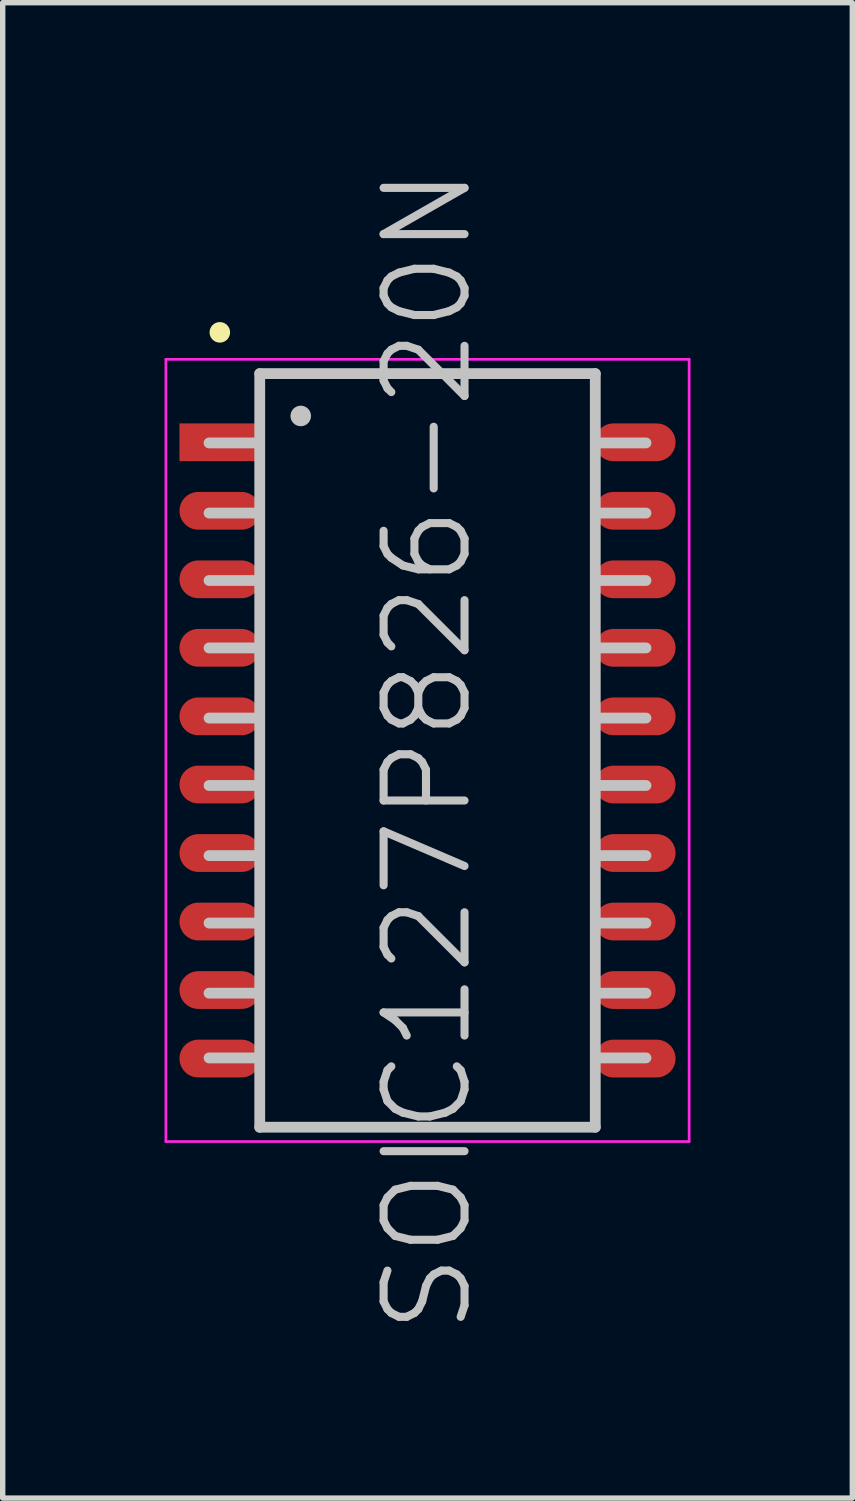
<source format=kicad_pcb>
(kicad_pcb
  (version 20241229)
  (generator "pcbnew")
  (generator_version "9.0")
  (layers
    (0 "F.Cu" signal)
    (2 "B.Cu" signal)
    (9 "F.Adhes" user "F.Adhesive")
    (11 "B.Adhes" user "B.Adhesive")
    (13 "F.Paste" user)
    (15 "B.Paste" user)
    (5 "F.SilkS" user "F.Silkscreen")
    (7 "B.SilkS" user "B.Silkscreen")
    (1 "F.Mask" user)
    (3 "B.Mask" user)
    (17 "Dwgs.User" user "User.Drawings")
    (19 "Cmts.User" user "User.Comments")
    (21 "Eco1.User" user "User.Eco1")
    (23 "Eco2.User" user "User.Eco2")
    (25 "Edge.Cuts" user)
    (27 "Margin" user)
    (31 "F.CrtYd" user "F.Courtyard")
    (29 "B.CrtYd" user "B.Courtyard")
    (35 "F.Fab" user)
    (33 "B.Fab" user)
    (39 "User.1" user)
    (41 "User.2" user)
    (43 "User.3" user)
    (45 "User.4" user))
  (footprint "SOIC127P826-20N"
    (layer "F.Cu")
    (at 4.875 10.861)
    (property "Reference" "SOIC127P826-20N" (at 0 0 90) (layer "Dwgs.User") (effects (font (size 1.5 1.5) (thickness 0.15))))
    (attr smd)
    (fp_line (start -3.85 -7.75) (end -3.85 -7.75) (stroke (width 0.381) (type solid)) (layer "F.SilkS"))
    (fp_line (start -3.15 -5.7) (end -4.05 -5.7) (stroke (width 0.2) (type solid)) (layer "Dwgs.User"))
    (fp_line (start -3.15 -4.4) (end -4.05 -4.4) (stroke (width 0.2) (type solid)) (layer "Dwgs.User"))
    (fp_line (start -3.15 -3.15) (end -4.05 -3.15) (stroke (width 0.2) (type solid)) (layer "Dwgs.User"))
    (fp_line (start -3.15 -1.9) (end -4.05 -1.9) (stroke (width 0.2) (type solid)) (layer "Dwgs.User"))
    (fp_line (start -3.15 -0.6) (end -4.05 -0.6) (stroke (width 0.2) (type solid)) (layer "Dwgs.User"))
    (fp_line (start -3.15 0.65) (end -4.05 0.65) (stroke (width 0.2) (type solid)) (layer "Dwgs.User"))
    (fp_line (start -3.15 1.95) (end -4.05 1.95) (stroke (width 0.2) (type solid)) (layer "Dwgs.User"))
    (fp_line (start -3.15 3.2) (end -4.05 3.2) (stroke (width 0.2) (type solid)) (layer "Dwgs.User"))
    (fp_line (start -3.15 4.5) (end -4.05 4.5) (stroke (width 0.2) (type solid)) (layer "Dwgs.User"))
    (fp_line (start -3.15 5.7) (end -4.05 5.7) (stroke (width 0.2) (type solid)) (layer "Dwgs.User"))
    (fp_line (start -3.11 -6.985) (end -3.11 6.985) (stroke (width 0.2) (type solid)) (layer "Dwgs.User"))
    (fp_line (start -3.11 -6.985) (end 3.11 -6.985) (stroke (width 0.2) (type solid)) (layer "Dwgs.User"))
    (fp_line (start -3.11 6.985) (end 3.11 6.985) (stroke (width 0.2) (type solid)) (layer "Dwgs.User"))
    (fp_line (start -2.35 -6.2) (end -2.35 -6.2) (stroke (width 0.381) (type solid)) (layer "Dwgs.User"))
    (fp_line (start 3.11 -6.985) (end 3.11 6.985) (stroke (width 0.2) (type solid)) (layer "Dwgs.User"))
    (fp_line (start 4.05 -5.7) (end 3.15 -5.7) (stroke (width 0.2) (type solid)) (layer "Dwgs.User"))
    (fp_line (start 4.05 -4.4) (end 3.15 -4.4) (stroke (width 0.2) (type solid)) (layer "Dwgs.User"))
    (fp_line (start 4.05 -3.15) (end 3.15 -3.15) (stroke (width 0.2) (type solid)) (layer "Dwgs.User"))
    (fp_line (start 4.05 -1.9) (end 3.15 -1.9) (stroke (width 0.2) (type solid)) (layer "Dwgs.User"))
    (fp_line (start 4.05 -0.6) (end 3.15 -0.6) (stroke (width 0.2) (type solid)) (layer "Dwgs.User"))
    (fp_line (start 4.05 0.65) (end 3.15 0.65) (stroke (width 0.2) (type solid)) (layer "Dwgs.User"))
    (fp_line (start 4.05 1.95) (end 3.15 1.95) (stroke (width 0.2) (type solid)) (layer "Dwgs.User"))
    (fp_line (start 4.05 3.2) (end 3.15 3.2) (stroke (width 0.2) (type solid)) (layer "Dwgs.User"))
    (fp_line (start 4.05 4.5) (end 3.15 4.5) (stroke (width 0.2) (type solid)) (layer "Dwgs.User"))
    (fp_line (start 4.05 5.7) (end 3.15 5.7) (stroke (width 0.2) (type solid)) (layer "Dwgs.User"))
    (fp_line (start -4.85 -7.25) (end -4.85 7.25) (stroke (width 0.05) (type solid)) (layer "F.CrtYd"))
    (fp_line (start -4.85 -7.25) (end 4.85 -7.25) (stroke (width 0.05) (type solid)) (layer "F.CrtYd"))
    (fp_line (start -4.85 7.25) (end 4.85 7.25) (stroke (width 0.05) (type solid)) (layer "F.CrtYd"))
    (fp_line (start 4.85 -7.25) (end 4.85 7.25) (stroke (width 0.05) (type solid)) (layer "F.CrtYd"))
    (pad "1" smd rect (at -3.848 -5.712 90) (size 0.7 1.5) (layers "F.Cu" "F.Mask" "F.Paste"))
    (pad "2" smd oval (at -3.848 -4.442 90) (size 0.7 1.5) (layers "F.Cu" "F.Mask" "F.Paste"))
    (pad "3" smd oval (at -3.848 -3.172 90) (size 0.7 1.5) (layers "F.Cu" "F.Mask" "F.Paste"))
    (pad "4" smd oval (at -3.848 -1.902 90) (size 0.7 1.5) (layers "F.Cu" "F.Mask" "F.Paste"))
    (pad "5" smd oval (at -3.848 -0.632 90) (size 0.7 1.5) (layers "F.Cu" "F.Mask" "F.Paste"))
    (pad "6" smd oval (at -3.848 0.632 90) (size 0.7 1.5) (layers "F.Cu" "F.Mask" "F.Paste"))
    (pad "7" smd oval (at -3.848 1.902 90) (size 0.7 1.5) (layers "F.Cu" "F.Mask" "F.Paste"))
    (pad "8" smd oval (at -3.848 3.172 90) (size 0.7 1.5) (layers "F.Cu" "F.Mask" "F.Paste"))
    (pad "9" smd oval (at -3.848 4.442 90) (size 0.7 1.5) (layers "F.Cu" "F.Mask" "F.Paste"))
    (pad "10" smd oval (at -3.848 5.712 90) (size 0.7 1.5) (layers "F.Cu" "F.Mask" "F.Paste"))
    (pad "11" smd oval (at 3.848 5.712 270) (size 0.7 1.5) (layers "F.Cu" "F.Mask" "F.Paste"))
    (pad "12" smd oval (at 3.848 4.442 270) (size 0.7 1.5) (layers "F.Cu" "F.Mask" "F.Paste"))
    (pad "13" smd oval (at 3.848 3.172 270) (size 0.7 1.5) (layers "F.Cu" "F.Mask" "F.Paste"))
    (pad "14" smd oval (at 3.848 1.902 270) (size 0.7 1.5) (layers "F.Cu" "F.Mask" "F.Paste"))
    (pad "15" smd oval (at 3.848 0.632 270) (size 0.7 1.5) (layers "F.Cu" "F.Mask" "F.Paste"))
    (pad "16" smd oval (at 3.848 -0.632 270) (size 0.7 1.5) (layers "F.Cu" "F.Mask" "F.Paste"))
    (pad "17" smd oval (at 3.848 -1.902 270) (size 0.7 1.5) (layers "F.Cu" "F.Mask" "F.Paste"))
    (pad "18" smd oval (at 3.848 -3.172 270) (size 0.7 1.5) (layers "F.Cu" "F.Mask" "F.Paste"))
    (pad "19" smd oval (at 3.848 -4.442 270) (size 0.7 1.5) (layers "F.Cu" "F.Mask" "F.Paste"))
    (pad "20" smd oval (at 3.848 -5.712 270) (size 0.7 1.5) (layers "F.Cu" "F.Mask" "F.Paste")))
  (gr_rect
    (start -3 -3)
    (end 12.75 24.721)
    (stroke (width 0.1) (type default))
    (fill no)
    (layer "Edge.Cuts")))
</source>
